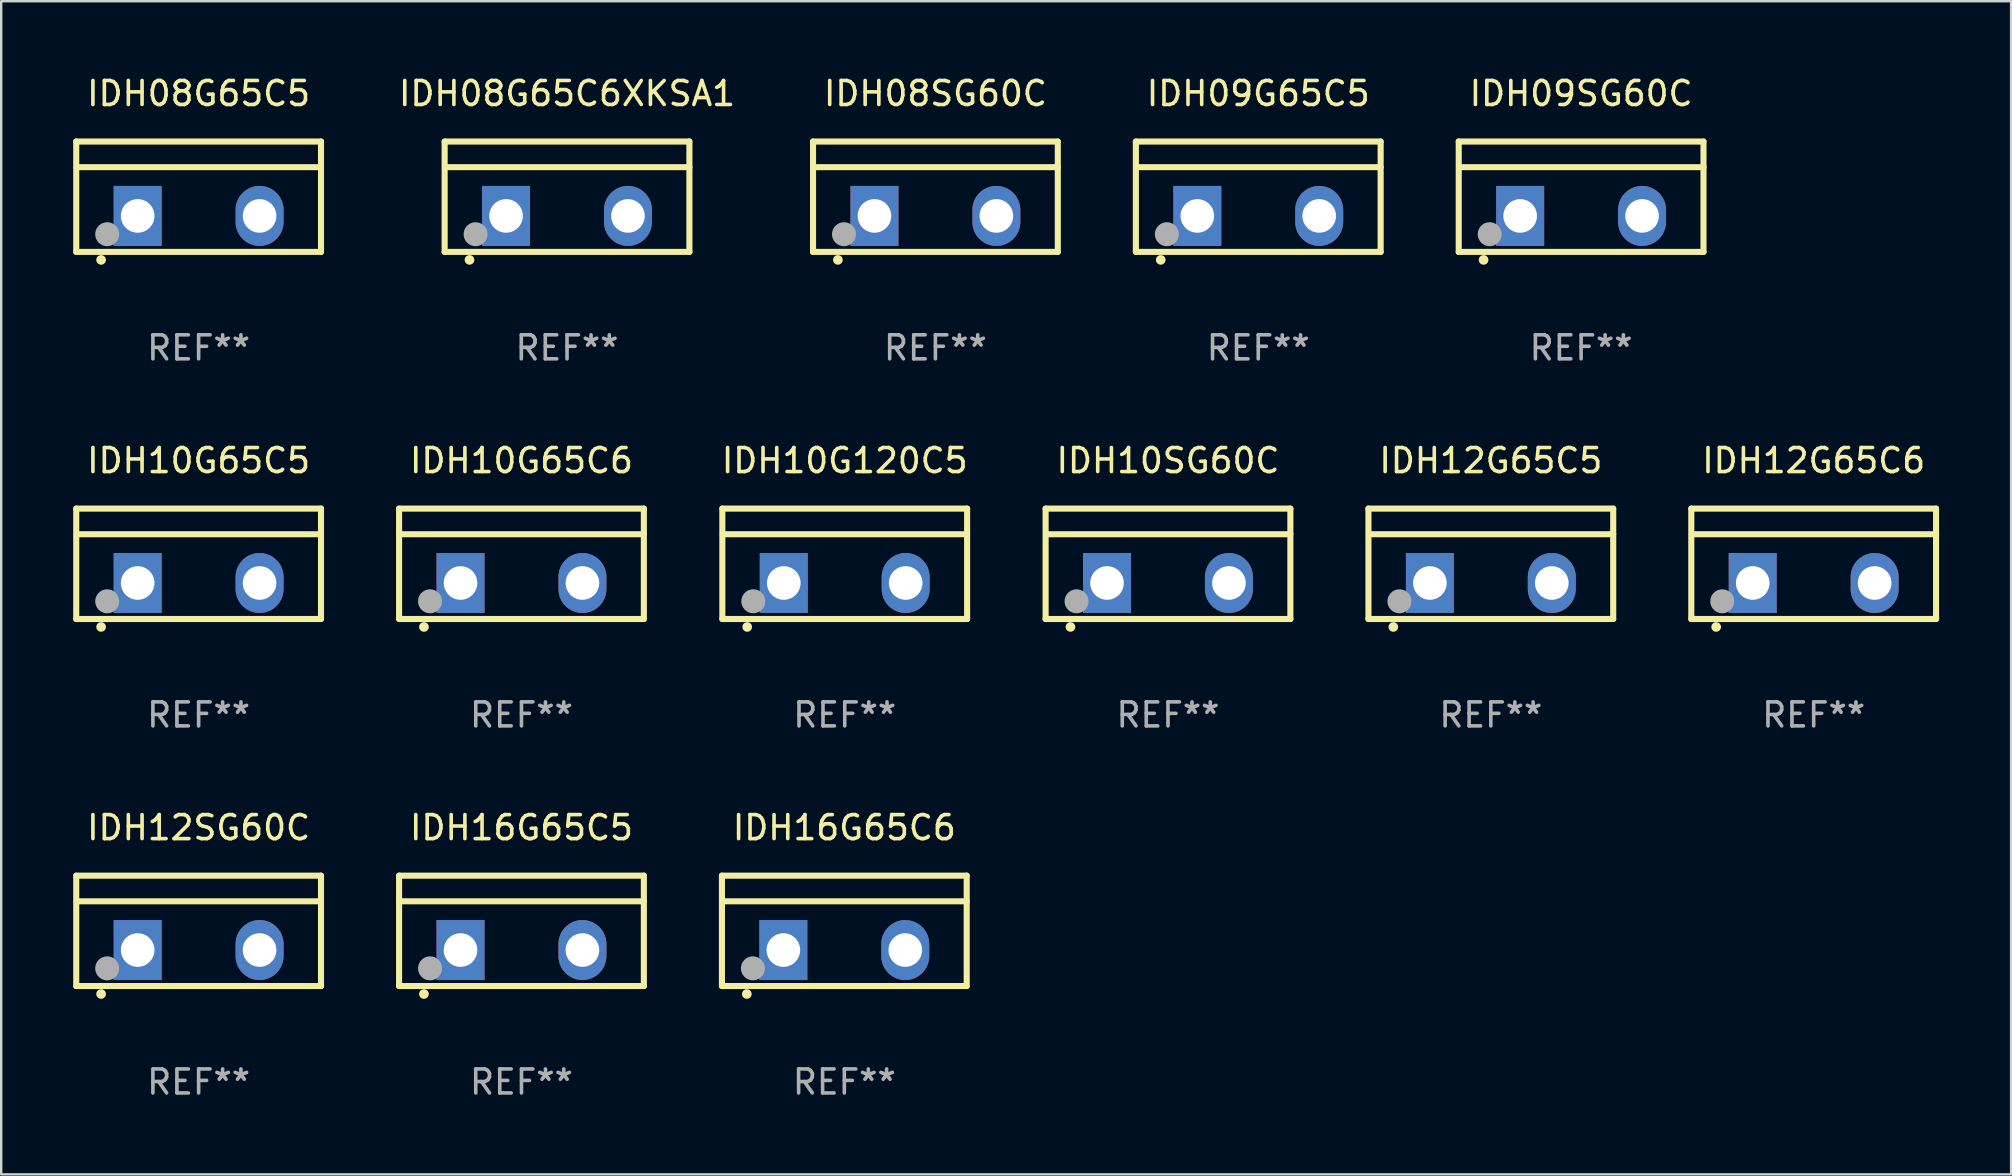
<source format=kicad_pcb>
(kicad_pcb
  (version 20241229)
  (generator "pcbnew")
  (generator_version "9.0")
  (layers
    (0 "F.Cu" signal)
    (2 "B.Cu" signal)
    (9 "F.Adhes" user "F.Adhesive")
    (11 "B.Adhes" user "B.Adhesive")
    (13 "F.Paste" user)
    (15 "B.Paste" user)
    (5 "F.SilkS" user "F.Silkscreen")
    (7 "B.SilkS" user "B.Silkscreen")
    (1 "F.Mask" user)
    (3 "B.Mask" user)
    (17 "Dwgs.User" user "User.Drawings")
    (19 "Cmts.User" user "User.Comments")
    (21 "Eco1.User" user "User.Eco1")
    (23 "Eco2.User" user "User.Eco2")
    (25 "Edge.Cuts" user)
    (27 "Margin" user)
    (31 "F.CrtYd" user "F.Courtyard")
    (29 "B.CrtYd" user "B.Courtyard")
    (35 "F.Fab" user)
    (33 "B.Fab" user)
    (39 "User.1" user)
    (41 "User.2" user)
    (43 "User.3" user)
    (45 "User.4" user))
  (footprint "IDH16G65C5"
    (layer "F.Cu")
    (at 18.681 35.741)
    (property "Reference" "IDH16G65C5" (at 0 -4.3 0) (layer "F.SilkS") (effects (font (size 1 1) (thickness 0.15))))
    (attr through_hole)
    (fp_line (start -5.1 -2.3) (end -5.1 2.3) (stroke (width 0.254) (type solid)) (layer "F.SilkS"))
    (fp_line (start -5.1 2.3) (end 5.1 2.3) (stroke (width 0.254) (type solid)) (layer "F.SilkS"))
    (fp_line (start -5.08 -1.232) (end 5.1 -1.232) (stroke (width 0.254) (type solid)) (layer "F.SilkS"))
    (fp_line (start 5.1 -2.3) (end -5.1 -2.3) (stroke (width 0.254) (type solid)) (layer "F.SilkS"))
    (fp_line (start 5.1 -2.3) (end 5.1 2.3) (stroke (width 0.254) (type solid)) (layer "F.SilkS"))
    (fp_arc (start -4.065278 2.632004) (mid -4.064008 2.632) (end -4.062738 2.632004) (stroke (width 0.4) (type solid)) (layer "F.SilkS"))
    (fp_circle (center -5.1 2.32) (end -5.07 2.32) (stroke (width 0.06) (type solid)) (fill no) (layer "F.SilkS"))
    (fp_circle (center -3.81 1.562) (end -3.56 1.562) (stroke (width 0.5) (type solid)) (fill no) (layer "F.Fab"))
    (fp_text user "REF**" (at 0 6.3 0) (layer "F.Fab") (effects (font (size 1 1) (thickness 0.15))))
    (pad "1" thru_hole rect (at -2.54 0.8) (size 2 2.5) (drill 1.4) (layers "*.Cu" "*.Mask"))
    (pad "2" thru_hole oval (at 2.54 0.8) (size 2 2.5) (drill 1.4) (layers "*.Cu" "*.Mask")))
  (footprint "IDH10SG60C"
    (layer "F.Cu")
    (at 45.623 20.445)
    (property "Reference" "IDH10SG60C" (at 0 -4.3 0) (layer "F.SilkS") (effects (font (size 1 1) (thickness 0.15))))
    (attr through_hole)
    (fp_line (start -5.1 -2.3) (end -5.1 2.3) (stroke (width 0.254) (type solid)) (layer "F.SilkS"))
    (fp_line (start -5.1 2.3) (end 5.1 2.3) (stroke (width 0.254) (type solid)) (layer "F.SilkS"))
    (fp_line (start -5.08 -1.232) (end 5.1 -1.232) (stroke (width 0.254) (type solid)) (layer "F.SilkS"))
    (fp_line (start 5.1 -2.3) (end -5.1 -2.3) (stroke (width 0.254) (type solid)) (layer "F.SilkS"))
    (fp_line (start 5.1 -2.3) (end 5.1 2.3) (stroke (width 0.254) (type solid)) (layer "F.SilkS"))
    (fp_arc (start -4.065278 2.632004) (mid -4.064008 2.632) (end -4.062738 2.632004) (stroke (width 0.4) (type solid)) (layer "F.SilkS"))
    (fp_circle (center -5.1 2.32) (end -5.07 2.32) (stroke (width 0.06) (type solid)) (fill no) (layer "F.SilkS"))
    (fp_circle (center -3.81 1.562) (end -3.56 1.562) (stroke (width 0.5) (type solid)) (fill no) (layer "F.Fab"))
    (fp_text user "REF**" (at 0 6.3 0) (layer "F.Fab") (effects (font (size 1 1) (thickness 0.15))))
    (pad "1" thru_hole rect (at -2.54 0.8) (size 2 2.5) (drill 1.4) (layers "*.Cu" "*.Mask"))
    (pad "2" thru_hole oval (at 2.54 0.8) (size 2 2.5) (drill 1.4) (layers "*.Cu" "*.Mask")))
  (footprint "IDH09G65C5"
    (layer "F.Cu")
    (at 49.385 5.148)
    (property "Reference" "IDH09G65C5" (at 0 -4.3 0) (layer "F.SilkS") (effects (font (size 1 1) (thickness 0.15))))
    (attr through_hole)
    (fp_line (start -5.1 -2.3) (end -5.1 2.3) (stroke (width 0.254) (type solid)) (layer "F.SilkS"))
    (fp_line (start -5.1 2.3) (end 5.1 2.3) (stroke (width 0.254) (type solid)) (layer "F.SilkS"))
    (fp_line (start -5.08 -1.232) (end 5.1 -1.232) (stroke (width 0.254) (type solid)) (layer "F.SilkS"))
    (fp_line (start 5.1 -2.3) (end -5.1 -2.3) (stroke (width 0.254) (type solid)) (layer "F.SilkS"))
    (fp_line (start 5.1 -2.3) (end 5.1 2.3) (stroke (width 0.254) (type solid)) (layer "F.SilkS"))
    (fp_arc (start -4.065278 2.632004) (mid -4.064008 2.632) (end -4.062738 2.632004) (stroke (width 0.4) (type solid)) (layer "F.SilkS"))
    (fp_circle (center -5.1 2.32) (end -5.07 2.32) (stroke (width 0.06) (type solid)) (fill no) (layer "F.SilkS"))
    (fp_circle (center -3.81 1.562) (end -3.56 1.562) (stroke (width 0.5) (type solid)) (fill no) (layer "F.Fab"))
    (fp_text user "REF**" (at 0 6.3 0) (layer "F.Fab") (effects (font (size 1 1) (thickness 0.15))))
    (pad "1" thru_hole rect (at -2.54 0.8) (size 2 2.5) (drill 1.4) (layers "*.Cu" "*.Mask"))
    (pad "2" thru_hole oval (at 2.54 0.8) (size 2 2.5) (drill 1.4) (layers "*.Cu" "*.Mask")))
  (footprint "IDH10G65C5"
    (layer "F.Cu")
    (at 5.227 20.445)
    (property "Reference" "IDH10G65C5" (at 0 -4.3 0) (layer "F.SilkS") (effects (font (size 1 1) (thickness 0.15))))
    (attr through_hole)
    (fp_line (start -5.1 -2.3) (end -5.1 2.3) (stroke (width 0.254) (type solid)) (layer "F.SilkS"))
    (fp_line (start -5.1 2.3) (end 5.1 2.3) (stroke (width 0.254) (type solid)) (layer "F.SilkS"))
    (fp_line (start -5.08 -1.232) (end 5.1 -1.232) (stroke (width 0.254) (type solid)) (layer "F.SilkS"))
    (fp_line (start 5.1 -2.3) (end -5.1 -2.3) (stroke (width 0.254) (type solid)) (layer "F.SilkS"))
    (fp_line (start 5.1 -2.3) (end 5.1 2.3) (stroke (width 0.254) (type solid)) (layer "F.SilkS"))
    (fp_arc (start -4.065278 2.632004) (mid -4.064008 2.632) (end -4.062738 2.632004) (stroke (width 0.4) (type solid)) (layer "F.SilkS"))
    (fp_circle (center -5.1 2.32) (end -5.07 2.32) (stroke (width 0.06) (type solid)) (fill no) (layer "F.SilkS"))
    (fp_circle (center -3.81 1.562) (end -3.56 1.562) (stroke (width 0.5) (type solid)) (fill no) (layer "F.Fab"))
    (fp_text user "REF**" (at 0 6.3 0) (layer "F.Fab") (effects (font (size 1 1) (thickness 0.15))))
    (pad "1" thru_hole rect (at -2.54 0.8) (size 2 2.5) (drill 1.4) (layers "*.Cu" "*.Mask"))
    (pad "2" thru_hole oval (at 2.54 0.8) (size 2 2.5) (drill 1.4) (layers "*.Cu" "*.Mask")))
  (footprint "IDH16G65C6"
    (layer "F.Cu")
    (at 32.135 35.741)
    (property "Reference" "IDH16G65C6" (at 0 -4.3 0) (layer "F.SilkS") (effects (font (size 1 1) (thickness 0.15))))
    (attr through_hole)
    (fp_line (start -5.1 -2.3) (end -5.1 2.3) (stroke (width 0.254) (type solid)) (layer "F.SilkS"))
    (fp_line (start -5.1 2.3) (end 5.1 2.3) (stroke (width 0.254) (type solid)) (layer "F.SilkS"))
    (fp_line (start -5.08 -1.232) (end 5.1 -1.232) (stroke (width 0.254) (type solid)) (layer "F.SilkS"))
    (fp_line (start 5.1 -2.3) (end -5.1 -2.3) (stroke (width 0.254) (type solid)) (layer "F.SilkS"))
    (fp_line (start 5.1 -2.3) (end 5.1 2.3) (stroke (width 0.254) (type solid)) (layer "F.SilkS"))
    (fp_arc (start -4.065278 2.632004) (mid -4.064008 2.632) (end -4.062738 2.632004) (stroke (width 0.4) (type solid)) (layer "F.SilkS"))
    (fp_circle (center -5.1 2.32) (end -5.07 2.32) (stroke (width 0.06) (type solid)) (fill no) (layer "F.SilkS"))
    (fp_circle (center -3.81 1.562) (end -3.56 1.562) (stroke (width 0.5) (type solid)) (fill no) (layer "F.Fab"))
    (fp_text user "REF**" (at 0 6.3 0) (layer "F.Fab") (effects (font (size 1 1) (thickness 0.15))))
    (pad "1" thru_hole rect (at -2.54 0.8) (size 2 2.5) (drill 1.4) (layers "*.Cu" "*.Mask"))
    (pad "2" thru_hole oval (at 2.54 0.8) (size 2 2.5) (drill 1.4) (layers "*.Cu" "*.Mask")))
  (footprint "IDH08G65C6XKSA1"
    (layer "F.Cu")
    (at 20.579 5.148)
    (property "Reference" "IDH08G65C6XKSA1" (at 0 -4.3 0) (layer "F.SilkS") (effects (font (size 1 1) (thickness 0.15))))
    (attr through_hole)
    (fp_line (start -5.1 -2.3) (end -5.1 2.3) (stroke (width 0.254) (type solid)) (layer "F.SilkS"))
    (fp_line (start -5.1 2.3) (end 5.1 2.3) (stroke (width 0.254) (type solid)) (layer "F.SilkS"))
    (fp_line (start -5.08 -1.232) (end 5.1 -1.232) (stroke (width 0.254) (type solid)) (layer "F.SilkS"))
    (fp_line (start 5.1 -2.3) (end -5.1 -2.3) (stroke (width 0.254) (type solid)) (layer "F.SilkS"))
    (fp_line (start 5.1 -2.3) (end 5.1 2.3) (stroke (width 0.254) (type solid)) (layer "F.SilkS"))
    (fp_arc (start -4.065278 2.632004) (mid -4.064008 2.632) (end -4.062738 2.632004) (stroke (width 0.4) (type solid)) (layer "F.SilkS"))
    (fp_circle (center -5.1 2.32) (end -5.07 2.32) (stroke (width 0.06) (type solid)) (fill no) (layer "F.SilkS"))
    (fp_circle (center -3.81 1.562) (end -3.56 1.562) (stroke (width 0.5) (type solid)) (fill no) (layer "F.Fab"))
    (fp_text user "REF**" (at 0 6.3 0) (layer "F.Fab") (effects (font (size 1 1) (thickness 0.15))))
    (pad "1" thru_hole rect (at -2.54 0.8) (size 2 2.5) (drill 1.4) (layers "*.Cu" "*.Mask"))
    (pad "2" thru_hole oval (at 2.54 0.8) (size 2 2.5) (drill 1.4) (layers "*.Cu" "*.Mask")))
  (footprint "IDH12G65C6"
    (layer "F.Cu")
    (at 72.531 20.445)
    (property "Reference" "IDH12G65C6" (at 0 -4.3 0) (layer "F.SilkS") (effects (font (size 1 1) (thickness 0.15))))
    (attr through_hole)
    (fp_line (start -5.1 -2.3) (end -5.1 2.3) (stroke (width 0.254) (type solid)) (layer "F.SilkS"))
    (fp_line (start -5.1 2.3) (end 5.1 2.3) (stroke (width 0.254) (type solid)) (layer "F.SilkS"))
    (fp_line (start -5.08 -1.232) (end 5.1 -1.232) (stroke (width 0.254) (type solid)) (layer "F.SilkS"))
    (fp_line (start 5.1 -2.3) (end -5.1 -2.3) (stroke (width 0.254) (type solid)) (layer "F.SilkS"))
    (fp_line (start 5.1 -2.3) (end 5.1 2.3) (stroke (width 0.254) (type solid)) (layer "F.SilkS"))
    (fp_arc (start -4.065278 2.632004) (mid -4.064008 2.632) (end -4.062738 2.632004) (stroke (width 0.4) (type solid)) (layer "F.SilkS"))
    (fp_circle (center -5.1 2.32) (end -5.07 2.32) (stroke (width 0.06) (type solid)) (fill no) (layer "F.SilkS"))
    (fp_circle (center -3.81 1.562) (end -3.56 1.562) (stroke (width 0.5) (type solid)) (fill no) (layer "F.Fab"))
    (fp_text user "REF**" (at 0 6.3 0) (layer "F.Fab") (effects (font (size 1 1) (thickness 0.15))))
    (pad "1" thru_hole rect (at -2.54 0.8) (size 2 2.5) (drill 1.4) (layers "*.Cu" "*.Mask"))
    (pad "2" thru_hole oval (at 2.54 0.8) (size 2 2.5) (drill 1.4) (layers "*.Cu" "*.Mask")))
  (footprint "IDH08SG60C"
    (layer "F.Cu")
    (at 35.931 5.148)
    (property "Reference" "IDH08SG60C" (at 0 -4.3 0) (layer "F.SilkS") (effects (font (size 1 1) (thickness 0.15))))
    (attr through_hole)
    (fp_line (start -5.1 -2.3) (end -5.1 2.3) (stroke (width 0.254) (type solid)) (layer "F.SilkS"))
    (fp_line (start -5.1 2.3) (end 5.1 2.3) (stroke (width 0.254) (type solid)) (layer "F.SilkS"))
    (fp_line (start -5.08 -1.232) (end 5.1 -1.232) (stroke (width 0.254) (type solid)) (layer "F.SilkS"))
    (fp_line (start 5.1 -2.3) (end -5.1 -2.3) (stroke (width 0.254) (type solid)) (layer "F.SilkS"))
    (fp_line (start 5.1 -2.3) (end 5.1 2.3) (stroke (width 0.254) (type solid)) (layer "F.SilkS"))
    (fp_arc (start -4.065278 2.632004) (mid -4.064008 2.632) (end -4.062738 2.632004) (stroke (width 0.4) (type solid)) (layer "F.SilkS"))
    (fp_circle (center -5.1 2.32) (end -5.07 2.32) (stroke (width 0.06) (type solid)) (fill no) (layer "F.SilkS"))
    (fp_circle (center -3.81 1.562) (end -3.56 1.562) (stroke (width 0.5) (type solid)) (fill no) (layer "F.Fab"))
    (fp_text user "REF**" (at 0 6.3 0) (layer "F.Fab") (effects (font (size 1 1) (thickness 0.15))))
    (pad "1" thru_hole rect (at -2.54 0.8) (size 2 2.5) (drill 1.4) (layers "*.Cu" "*.Mask"))
    (pad "2" thru_hole oval (at 2.54 0.8) (size 2 2.5) (drill 1.4) (layers "*.Cu" "*.Mask")))
  (footprint "IDH12G65C5"
    (layer "F.Cu")
    (at 59.077 20.445)
    (property "Reference" "IDH12G65C5" (at 0 -4.3 0) (layer "F.SilkS") (effects (font (size 1 1) (thickness 0.15))))
    (attr through_hole)
    (fp_line (start -5.1 -2.3) (end -5.1 2.3) (stroke (width 0.254) (type solid)) (layer "F.SilkS"))
    (fp_line (start -5.1 2.3) (end 5.1 2.3) (stroke (width 0.254) (type solid)) (layer "F.SilkS"))
    (fp_line (start -5.08 -1.232) (end 5.1 -1.232) (stroke (width 0.254) (type solid)) (layer "F.SilkS"))
    (fp_line (start 5.1 -2.3) (end -5.1 -2.3) (stroke (width 0.254) (type solid)) (layer "F.SilkS"))
    (fp_line (start 5.1 -2.3) (end 5.1 2.3) (stroke (width 0.254) (type solid)) (layer "F.SilkS"))
    (fp_arc (start -4.065278 2.632004) (mid -4.064008 2.632) (end -4.062738 2.632004) (stroke (width 0.4) (type solid)) (layer "F.SilkS"))
    (fp_circle (center -5.1 2.32) (end -5.07 2.32) (stroke (width 0.06) (type solid)) (fill no) (layer "F.SilkS"))
    (fp_circle (center -3.81 1.562) (end -3.56 1.562) (stroke (width 0.5) (type solid)) (fill no) (layer "F.Fab"))
    (fp_text user "REF**" (at 0 6.3 0) (layer "F.Fab") (effects (font (size 1 1) (thickness 0.15))))
    (pad "1" thru_hole rect (at -2.54 0.8) (size 2 2.5) (drill 1.4) (layers "*.Cu" "*.Mask"))
    (pad "2" thru_hole oval (at 2.54 0.8) (size 2 2.5) (drill 1.4) (layers "*.Cu" "*.Mask")))
  (footprint "IDH08G65C5"
    (layer "F.Cu")
    (at 5.227 5.148)
    (property "Reference" "IDH08G65C5" (at 0 -4.3 0) (layer "F.SilkS") (effects (font (size 1 1) (thickness 0.15))))
    (attr through_hole)
    (fp_line (start -5.1 -2.3) (end -5.1 2.3) (stroke (width 0.254) (type solid)) (layer "F.SilkS"))
    (fp_line (start -5.1 2.3) (end 5.1 2.3) (stroke (width 0.254) (type solid)) (layer "F.SilkS"))
    (fp_line (start -5.08 -1.232) (end 5.1 -1.232) (stroke (width 0.254) (type solid)) (layer "F.SilkS"))
    (fp_line (start 5.1 -2.3) (end -5.1 -2.3) (stroke (width 0.254) (type solid)) (layer "F.SilkS"))
    (fp_line (start 5.1 -2.3) (end 5.1 2.3) (stroke (width 0.254) (type solid)) (layer "F.SilkS"))
    (fp_arc (start -4.065278 2.632004) (mid -4.064008 2.632) (end -4.062738 2.632004) (stroke (width 0.4) (type solid)) (layer "F.SilkS"))
    (fp_circle (center -5.1 2.32) (end -5.07 2.32) (stroke (width 0.06) (type solid)) (fill no) (layer "F.SilkS"))
    (fp_circle (center -3.81 1.562) (end -3.56 1.562) (stroke (width 0.5) (type solid)) (fill no) (layer "F.Fab"))
    (fp_text user "REF**" (at 0 6.3 0) (layer "F.Fab") (effects (font (size 1 1) (thickness 0.15))))
    (pad "1" thru_hole rect (at -2.54 0.8) (size 2 2.5) (drill 1.4) (layers "*.Cu" "*.Mask"))
    (pad "2" thru_hole oval (at 2.54 0.8) (size 2 2.5) (drill 1.4) (layers "*.Cu" "*.Mask")))
  (footprint "IDH12SG60C"
    (layer "F.Cu")
    (at 5.227 35.741)
    (property "Reference" "IDH12SG60C" (at 0 -4.3 0) (layer "F.SilkS") (effects (font (size 1 1) (thickness 0.15))))
    (attr through_hole)
    (fp_line (start -5.1 -2.3) (end -5.1 2.3) (stroke (width 0.254) (type solid)) (layer "F.SilkS"))
    (fp_line (start -5.1 2.3) (end 5.1 2.3) (stroke (width 0.254) (type solid)) (layer "F.SilkS"))
    (fp_line (start -5.08 -1.232) (end 5.1 -1.232) (stroke (width 0.254) (type solid)) (layer "F.SilkS"))
    (fp_line (start 5.1 -2.3) (end -5.1 -2.3) (stroke (width 0.254) (type solid)) (layer "F.SilkS"))
    (fp_line (start 5.1 -2.3) (end 5.1 2.3) (stroke (width 0.254) (type solid)) (layer "F.SilkS"))
    (fp_arc (start -4.065278 2.632004) (mid -4.064008 2.632) (end -4.062738 2.632004) (stroke (width 0.4) (type solid)) (layer "F.SilkS"))
    (fp_circle (center -5.1 2.32) (end -5.07 2.32) (stroke (width 0.06) (type solid)) (fill no) (layer "F.SilkS"))
    (fp_circle (center -3.81 1.562) (end -3.56 1.562) (stroke (width 0.5) (type solid)) (fill no) (layer "F.Fab"))
    (fp_text user "REF**" (at 0 6.3 0) (layer "F.Fab") (effects (font (size 1 1) (thickness 0.15))))
    (pad "1" thru_hole rect (at -2.54 0.8) (size 2 2.5) (drill 1.4) (layers "*.Cu" "*.Mask"))
    (pad "2" thru_hole oval (at 2.54 0.8) (size 2 2.5) (drill 1.4) (layers "*.Cu" "*.Mask")))
  (footprint "IDH10G120C5"
    (layer "F.Cu")
    (at 32.152 20.445)
    (property "Reference" "IDH10G120C5" (at 0 -4.3 0) (layer "F.SilkS") (effects (font (size 1 1) (thickness 0.15))))
    (attr through_hole)
    (fp_line (start -5.1 -2.3) (end -5.1 2.3) (stroke (width 0.254) (type solid)) (layer "F.SilkS"))
    (fp_line (start -5.1 2.3) (end 5.1 2.3) (stroke (width 0.254) (type solid)) (layer "F.SilkS"))
    (fp_line (start -5.08 -1.232) (end 5.1 -1.232) (stroke (width 0.254) (type solid)) (layer "F.SilkS"))
    (fp_line (start 5.1 -2.3) (end -5.1 -2.3) (stroke (width 0.254) (type solid)) (layer "F.SilkS"))
    (fp_line (start 5.1 -2.3) (end 5.1 2.3) (stroke (width 0.254) (type solid)) (layer "F.SilkS"))
    (fp_arc (start -4.065278 2.632004) (mid -4.064008 2.632) (end -4.062738 2.632004) (stroke (width 0.4) (type solid)) (layer "F.SilkS"))
    (fp_circle (center -5.1 2.32) (end -5.07 2.32) (stroke (width 0.06) (type solid)) (fill no) (layer "F.SilkS"))
    (fp_circle (center -3.81 1.562) (end -3.56 1.562) (stroke (width 0.5) (type solid)) (fill no) (layer "F.Fab"))
    (fp_text user "REF**" (at 0 6.3 0) (layer "F.Fab") (effects (font (size 1 1) (thickness 0.15))))
    (pad "1" thru_hole rect (at -2.54 0.8) (size 2 2.5) (drill 1.4) (layers "*.Cu" "*.Mask"))
    (pad "2" thru_hole oval (at 2.54 0.8) (size 2 2.5) (drill 1.4) (layers "*.Cu" "*.Mask")))
  (footprint "IDH10G65C6"
    (layer "F.Cu")
    (at 18.681 20.445)
    (property "Reference" "IDH10G65C6" (at 0 -4.3 0) (layer "F.SilkS") (effects (font (size 1 1) (thickness 0.15))))
    (attr through_hole)
    (fp_line (start -5.1 -2.3) (end -5.1 2.3) (stroke (width 0.254) (type solid)) (layer "F.SilkS"))
    (fp_line (start -5.1 2.3) (end 5.1 2.3) (stroke (width 0.254) (type solid)) (layer "F.SilkS"))
    (fp_line (start -5.08 -1.232) (end 5.1 -1.232) (stroke (width 0.254) (type solid)) (layer "F.SilkS"))
    (fp_line (start 5.1 -2.3) (end -5.1 -2.3) (stroke (width 0.254) (type solid)) (layer "F.SilkS"))
    (fp_line (start 5.1 -2.3) (end 5.1 2.3) (stroke (width 0.254) (type solid)) (layer "F.SilkS"))
    (fp_arc (start -4.065278 2.632004) (mid -4.064008 2.632) (end -4.062738 2.632004) (stroke (width 0.4) (type solid)) (layer "F.SilkS"))
    (fp_circle (center -5.1 2.32) (end -5.07 2.32) (stroke (width 0.06) (type solid)) (fill no) (layer "F.SilkS"))
    (fp_circle (center -3.81 1.562) (end -3.56 1.562) (stroke (width 0.5) (type solid)) (fill no) (layer "F.Fab"))
    (fp_text user "REF**" (at 0 6.3 0) (layer "F.Fab") (effects (font (size 1 1) (thickness 0.15))))
    (pad "1" thru_hole rect (at -2.54 0.8) (size 2 2.5) (drill 1.4) (layers "*.Cu" "*.Mask"))
    (pad "2" thru_hole oval (at 2.54 0.8) (size 2 2.5) (drill 1.4) (layers "*.Cu" "*.Mask")))
  (footprint "IDH09SG60C"
    (layer "F.Cu")
    (at 62.839 5.148)
    (property "Reference" "IDH09SG60C" (at 0 -4.3 0) (layer "F.SilkS") (effects (font (size 1 1) (thickness 0.15))))
    (attr through_hole)
    (fp_line (start -5.1 -2.3) (end -5.1 2.3) (stroke (width 0.254) (type solid)) (layer "F.SilkS"))
    (fp_line (start -5.1 2.3) (end 5.1 2.3) (stroke (width 0.254) (type solid)) (layer "F.SilkS"))
    (fp_line (start -5.08 -1.232) (end 5.1 -1.232) (stroke (width 0.254) (type solid)) (layer "F.SilkS"))
    (fp_line (start 5.1 -2.3) (end -5.1 -2.3) (stroke (width 0.254) (type solid)) (layer "F.SilkS"))
    (fp_line (start 5.1 -2.3) (end 5.1 2.3) (stroke (width 0.254) (type solid)) (layer "F.SilkS"))
    (fp_arc (start -4.065278 2.632004) (mid -4.064008 2.632) (end -4.062738 2.632004) (stroke (width 0.4) (type solid)) (layer "F.SilkS"))
    (fp_circle (center -5.1 2.32) (end -5.07 2.32) (stroke (width 0.06) (type solid)) (fill no) (layer "F.SilkS"))
    (fp_circle (center -3.81 1.562) (end -3.56 1.562) (stroke (width 0.5) (type solid)) (fill no) (layer "F.Fab"))
    (fp_text user "REF**" (at 0 6.3 0) (layer "F.Fab") (effects (font (size 1 1) (thickness 0.15))))
    (pad "1" thru_hole rect (at -2.54 0.8) (size 2 2.5) (drill 1.4) (layers "*.Cu" "*.Mask"))
    (pad "2" thru_hole oval (at 2.54 0.8) (size 2 2.5) (drill 1.4) (layers "*.Cu" "*.Mask")))
  (gr_rect
    (start -3 -3)
    (end 80.758 45.889)
    (stroke (width 0.1) (type default))
    (fill no)
    (layer "Edge.Cuts")))
</source>
